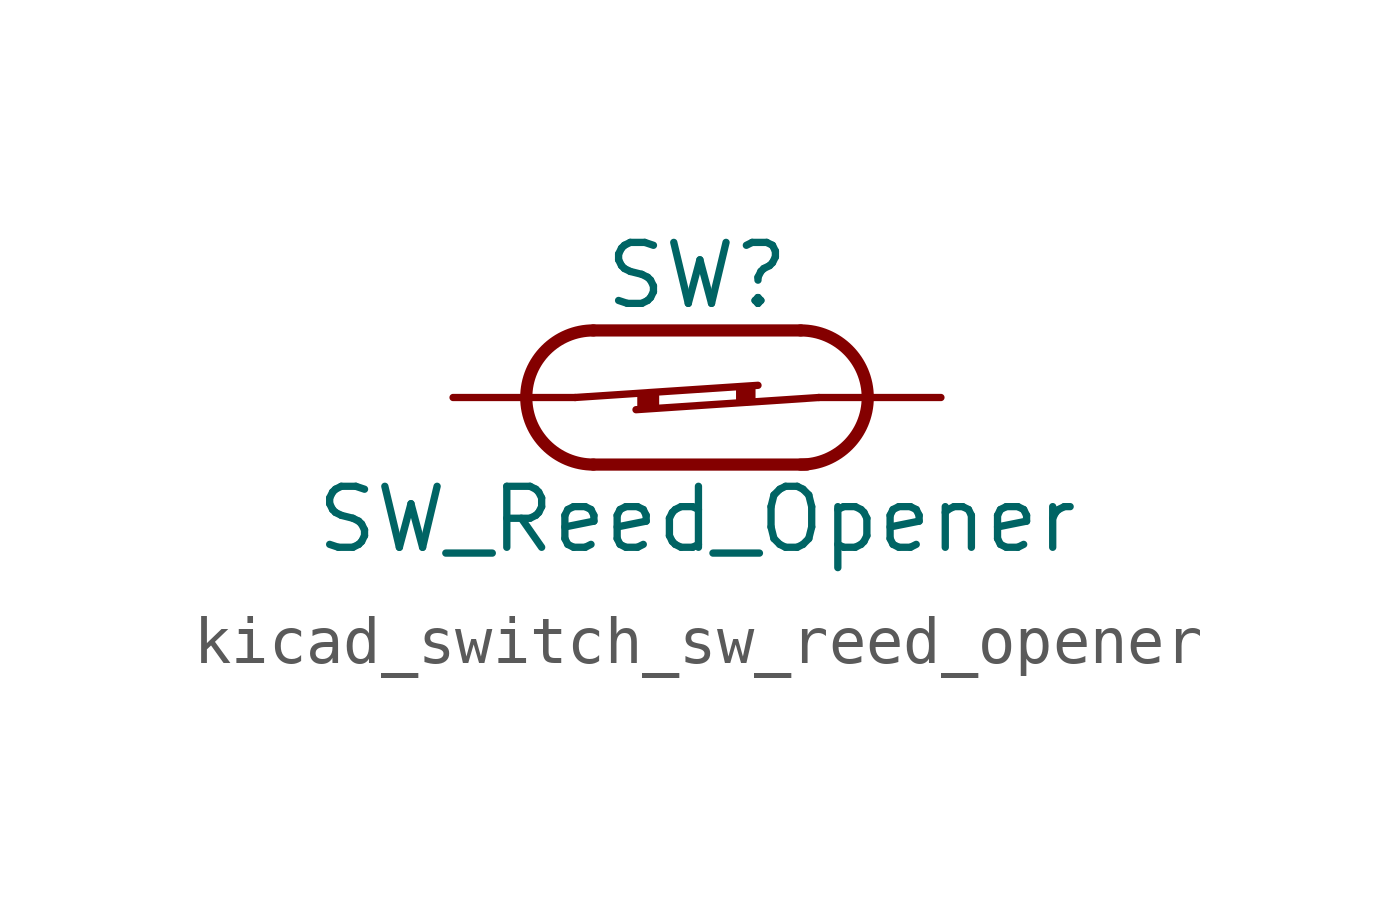
<source format=kicad_sym>
(kicad_symbol_lib
  (version 20220914)
  (generator kicad_symbol_editor)
  (symbol "kicad_switch_sw_reed_opener"
    (pin_numbers hide)
    (pin_names
      (offset 0) hide)
    (property "Reference" "SW"
      (at 0 2.54 0)
      (effects (font (size 1.27 1.27))))
    (property "Value" "SW_Reed_Opener"
      (at 0 -2.54 0)
      (effects (font (size 1.27 1.27))))
    (symbol "kicad_switch_sw_reed_opener_0_0"
      (arc (start -2.159 1.397) (mid -3.55 0) (end -2.159 -1.397) (stroke (width 0.254) (type default)) (fill (type none)))
      (polyline (pts (xy -2.54 0) (xy 1.27 0.254)) (stroke (width 0) (type default)) (fill (type none)))
      (polyline (pts (xy -2.159 -1.397) (xy 2.286 -1.397)) (stroke (width 0.254) (type default)) (fill (type none)))
      (polyline (pts (xy 2.159 1.397) (xy -2.159 1.397)) (stroke (width 0.254) (type default)) (fill (type none)))
      (polyline (pts (xy 2.54 0) (xy -1.27 -0.254)) (stroke (width 0) (type default)) (fill (type none)))
      (arc (start 2.159 -1.397) (mid 3.55 0) (end 2.159 1.397) (stroke (width 0.254) (type default)) (fill (type none))))
    (symbol "kicad_switch_sw_reed_opener_0_1"
      (rectangle (start -1.168 0.051) (end -0.864 -0.203) (stroke (width 0) (type default)) (fill (type outline)))
      (rectangle (start 0.889 0.178) (end 1.143 -0.076) (stroke (width 0) (type default)) (fill (type outline))))
    (symbol "kicad_switch_sw_reed_opener_1_1"
      (pin passive line (at -5.08 0 0) (length 2.54) (name "1" (effects (font (size 1.27 1.27)))) (number "1" (effects (font (size 1.27 1.27)))))
      (pin passive line (at 5.08 0 180) (length 2.54) (name "2" (effects (font (size 1.27 1.27)))) (number "2" (effects (font (size 1.27 1.27))))))))
</source>
